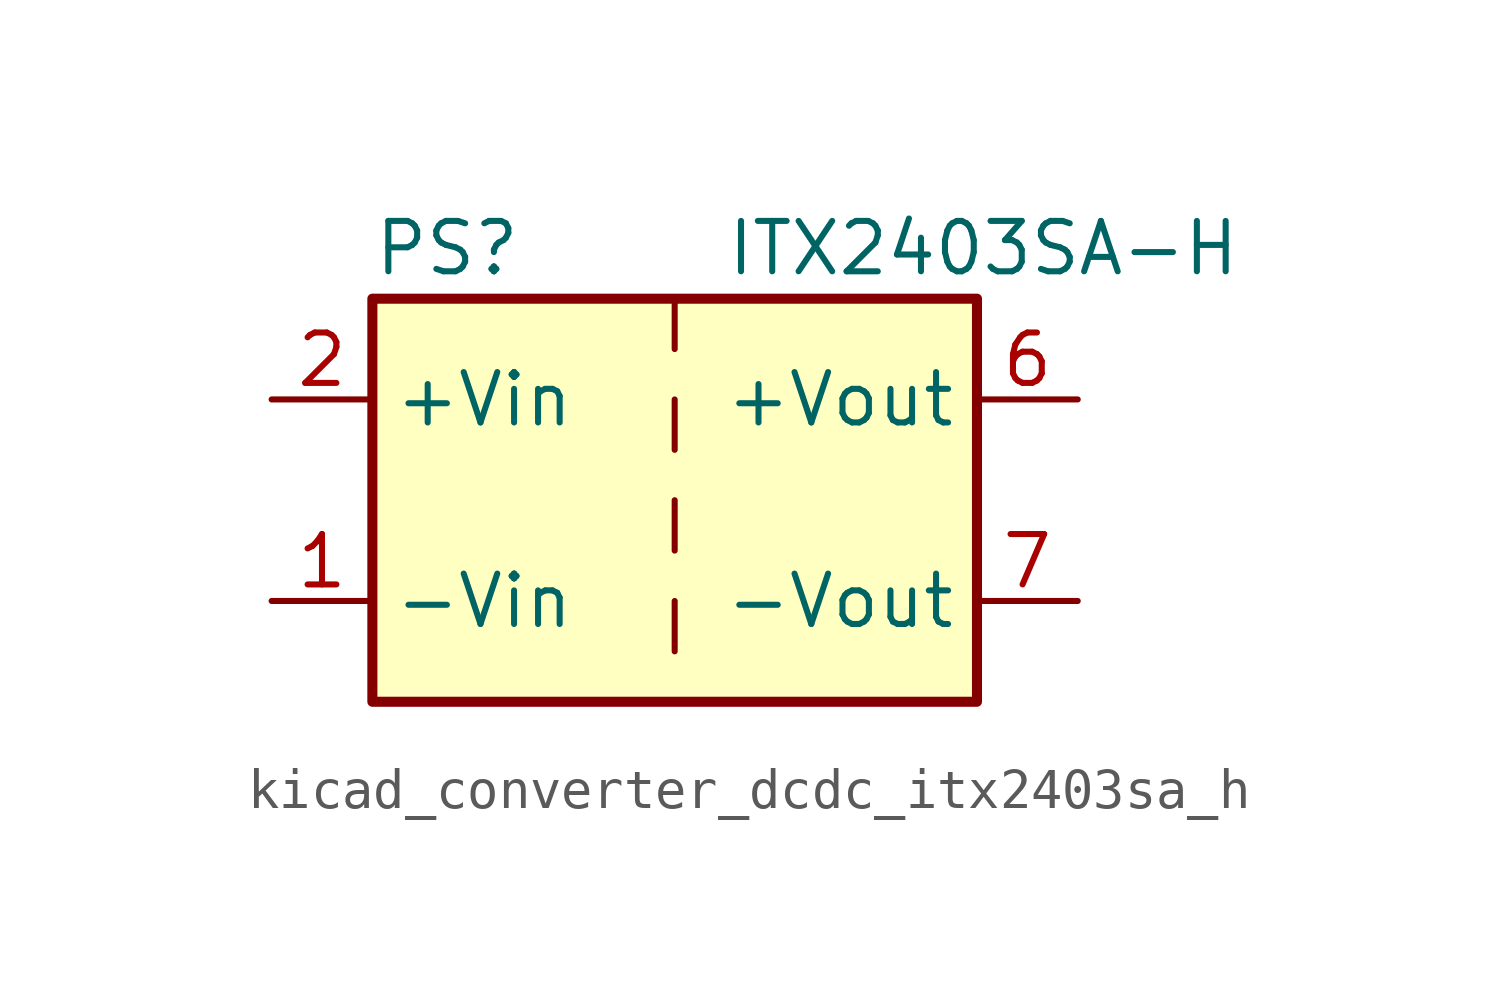
<source format=kicad_sym>
(kicad_symbol_lib
  (version 20220914)
  (generator kicad_symbol_editor)
  (symbol "kicad_converter_dcdc_itx2403sa_h"
    (property "Reference" "PS"
      (at -7.62 6.35 0)
      (effects (font (size 1.27 1.27)) (justify left)))
    (property "Value" "ITX2403SA-H"
      (at 1.27 6.35 0)
      (effects (font (size 1.27 1.27)) (justify left)))
    (symbol "kicad_converter_dcdc_itx2403sa_h_0_0"
      (pin power_in line (at -10.16 -2.54 0) (length 2.54) (name "-Vin" (effects (font (size 1.27 1.27)))) (number "1" (effects (font (size 1.27 1.27)))))
      (pin power_in line (at -10.16 2.54 0) (length 2.54) (name "+Vin" (effects (font (size 1.27 1.27)))) (number "2" (effects (font (size 1.27 1.27)))))
      (pin power_out line (at 10.16 2.54 180) (length 2.54) (name "+Vout" (effects (font (size 1.27 1.27)))) (number "6" (effects (font (size 1.27 1.27)))))
      (pin power_out line (at 10.16 -2.54 180) (length 2.54) (name "-Vout" (effects (font (size 1.27 1.27)))) (number "7" (effects (font (size 1.27 1.27)))))
      (pin no_connect line (at 7.62 0 180) (length 2.54) hide (name "NC" (effects (font (size 1.27 1.27)))) (number "8" (effects (font (size 1.27 1.27))))))
    (symbol "kicad_converter_dcdc_itx2403sa_h_0_1"
      (rectangle (start -7.62 5.08) (end 7.62 -5.08) (stroke (width 0.254) (type default)) (fill (type background)))
      (polyline (pts (xy 0 -2.54) (xy 0 -3.81)) (stroke (width 0) (type default)) (fill (type none)))
      (polyline (pts (xy 0 0) (xy 0 -1.27)) (stroke (width 0) (type default)) (fill (type none)))
      (polyline (pts (xy 0 2.54) (xy 0 1.27)) (stroke (width 0) (type default)) (fill (type none)))
      (polyline (pts (xy 0 5.08) (xy 0 3.81)) (stroke (width 0) (type default)) (fill (type none))))))
</source>
